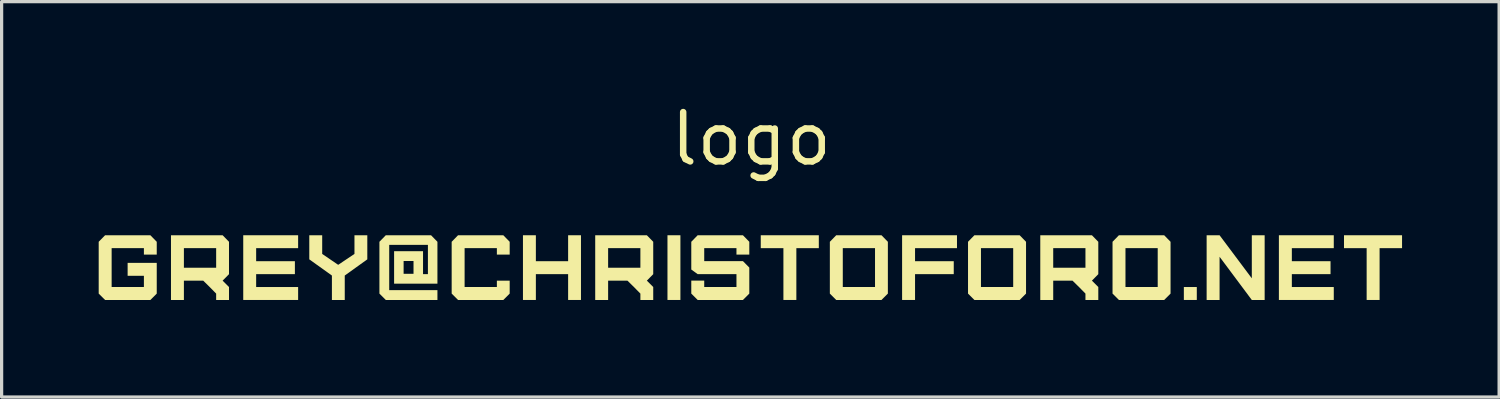
<source format=kicad_pcb>
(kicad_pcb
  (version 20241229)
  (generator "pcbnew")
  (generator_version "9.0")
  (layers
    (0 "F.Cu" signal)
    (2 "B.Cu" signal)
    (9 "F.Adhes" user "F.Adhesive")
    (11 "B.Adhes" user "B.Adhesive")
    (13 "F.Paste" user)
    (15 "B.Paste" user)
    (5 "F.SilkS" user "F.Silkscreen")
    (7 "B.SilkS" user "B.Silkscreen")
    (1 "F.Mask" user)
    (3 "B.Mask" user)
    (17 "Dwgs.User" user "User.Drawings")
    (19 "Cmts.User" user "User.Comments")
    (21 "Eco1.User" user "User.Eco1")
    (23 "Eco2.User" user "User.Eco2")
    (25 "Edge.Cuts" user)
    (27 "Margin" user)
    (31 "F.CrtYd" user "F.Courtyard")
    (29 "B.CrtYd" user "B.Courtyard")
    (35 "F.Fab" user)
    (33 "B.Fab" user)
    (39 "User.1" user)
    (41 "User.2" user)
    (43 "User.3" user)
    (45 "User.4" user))
  (footprint "logo"
    (layer "F.Cu")
    (at 20.167 5.243)
    (property "Reference" "logo" (at 0 -4 0) (layer "F.SilkS") (effects (font (size 1.524 1.524) (thickness 0.2))))
    (attr through_hole)
    (fp_poly (pts (xy -2.59 -1.023) (xy -2.59 0.977) (xy -2.19 0.977) (xy -2.19 -1.023)) (stroke (width 0.001) (type solid)) (fill yes) (layer "F.SilkS"))
    (fp_poly (pts (xy 13.368 0.577) (xy 13.368 0.977) (xy 13.768 0.977) (xy 13.768 0.577)) (stroke (width 0.001) (type solid)) (fill yes) (layer "F.SilkS"))
    (fp_poly (pts (xy 2.087 -0.624) (xy 2.087 -1.023) (xy 0.293 -1.023) (xy 0.293 -0.624) (xy 0.993 -0.624) (xy 0.993 0.977) (xy 1.393 0.977) (xy 1.393 -0.624)) (stroke (width 0.001) (type solid)) (fill yes) (layer "F.SilkS"))
    (fp_poly (pts (xy 18.317 -1.023) (xy 18.317 -0.624) (xy 19.017 -0.624) (xy 19.017 0.977) (xy 19.417 0.977) (xy 19.417 -0.624) (xy 20.111 -0.624) (xy 20.111 -1.023)) (stroke (width 0.001) (type solid)) (fill yes) (layer "F.SilkS"))
    (fp_poly (pts (xy 6.257 0.179) (xy 6.257 -0.221) (xy 5.061 -0.221) (xy 5.061 -0.624) (xy 6.357 -0.624) (xy 6.357 -1.023) (xy 4.661 -1.023) (xy 4.661 0.977) (xy 5.061 0.977) (xy 5.061 0.179)) (stroke (width 0.001) (type solid)) (fill yes) (layer "F.SilkS"))
    (fp_poly (pts (xy 14.072 0.977) (xy 14.472 0.977) (xy 14.472 -0.358) (xy 15.468 0.977) (xy 15.865 0.977) (xy 15.865 -1.023) (xy 15.468 -1.023) (xy 15.468 0.308) (xy 14.472 -1.023) (xy 14.072 -1.023)) (stroke (width 0.001) (type solid)) (fill yes) (layer "F.SilkS"))
    (fp_poly (pts (xy -15.301 0.179) (xy -14.104 0.179) (xy -14.104 -0.221) (xy -15.301 -0.221) (xy -15.301 -0.624) (xy -14.004 -0.624) (xy -14.004 -1.023) (xy -15.7 -1.023) (xy -15.7 0.977) (xy -14.004 0.977) (xy -14.004 0.577) (xy -15.301 0.577)) (stroke (width 0.001) (type solid)) (fill yes) (layer "F.SilkS"))
    (fp_poly (pts (xy -6.657 -1.023) (xy -7.056 -1.023) (xy -7.056 0.977) (xy -6.657 0.977) (xy -6.657 0.179) (xy -5.66 0.179) (xy -5.66 0.977) (xy -5.263 0.977) (xy -5.263 -1.023) (xy -5.66 -1.023) (xy -5.66 -0.221) (xy -6.657 -0.221)) (stroke (width 0.001) (type solid)) (fill yes) (layer "F.SilkS"))
    (fp_poly (pts (xy 18.001 0.977) (xy 18.001 0.577) (xy 16.705 0.577) (xy 16.705 0.179) (xy 17.901 0.179) (xy 17.901 -0.221) (xy 16.705 -0.221) (xy 16.705 -0.624) (xy 18.001 -0.624) (xy 18.001 -1.023) (xy 16.305 -1.023) (xy 16.305 0.977)) (stroke (width 0.001) (type solid)) (fill yes) (layer "F.SilkS"))
    (fp_poly (pts (xy -12.766 -0.109) (xy -13.26 -0.446) (xy -13.26 -1.023) (xy -13.659 -1.023) (xy -13.659 -0.278) (xy -12.96 0.222) (xy -12.96 0.977) (xy -12.563 0.977) (xy -12.563 0.222) (xy -11.866 -0.278) (xy -11.866 -1.023) (xy -12.263 -1.023) (xy -12.263 -0.446)) (stroke (width 0.001) (type solid)) (fill yes) (layer "F.SilkS"))
    (fp_poly (pts (xy 4.221 -0.821) (xy 4.024 -1.023) (xy 2.625 -1.023) (xy 2.828 0.577) (xy 2.828 -0.624) (xy 3.824 -0.624) (xy 3.824 0.577) (xy 2.828 0.577) (xy 2.625 -1.023) (xy 2.428 -0.821) (xy 2.428 0.78) (xy 2.625 0.977) (xy 4.024 0.977) (xy 4.221 0.78)) (stroke (width 0.001) (type solid)) (fill yes) (layer "F.SilkS"))
    (fp_poly (pts (xy 8.491 -0.821) (xy 8.294 -1.023) (xy 6.895 -1.023) (xy 6.698 -0.821) (xy 7.098 -0.624) (xy 8.094 -0.624) (xy 8.094 0.577) (xy 7.098 0.577) (xy 7.098 -0.624) (xy 6.698 -0.821) (xy 6.698 0.78) (xy 6.895 0.977) (xy 8.294 0.977) (xy 8.491 0.78)) (stroke (width 0.001) (type solid)) (fill yes) (layer "F.SilkS"))
    (fp_poly (pts (xy 12.957 -0.821) (xy 12.76 -1.023) (xy 11.361 -1.023) (xy 11.164 -0.821) (xy 11.564 -0.624) (xy 12.56 -0.624) (xy 12.56 0.577) (xy 11.564 0.577) (xy 11.564 -0.624) (xy 11.164 -0.821) (xy 11.164 0.78) (xy 11.361 0.977) (xy 12.76 0.977) (xy 12.957 0.78)) (stroke (width 0.001) (type solid)) (fill yes) (layer "F.SilkS"))
    (fp_poly (pts (xy -8.859 -0.624) (xy -7.862 -0.624) (xy -7.862 -0.424) (xy -7.466 -0.424) (xy -7.466 -0.821) (xy -7.663 -1.023) (xy -9.062 -1.023) (xy -9.259 -0.821) (xy -9.259 0.78) (xy -9.062 0.977) (xy -7.663 0.977) (xy -7.466 0.78) (xy -7.466 0.38) (xy -7.862 0.38) (xy -7.862 0.577) (xy -8.859 0.577)) (stroke (width 0.001) (type solid)) (fill yes) (layer "F.SilkS"))
    (fp_poly (pts (xy -18.373 -0.17) (xy -19.273 -0.17) (xy -19.273 0.23) (xy -18.77 0.23) (xy -18.77 0.577) (xy -19.767 0.577) (xy -19.767 -0.624) (xy -18.77 -0.624) (xy -18.77 -0.424) (xy -18.373 -0.424) (xy -18.373 -0.821) (xy -18.57 -1.023) (xy -19.969 -1.023) (xy -20.167 -0.821) (xy -20.167 0.78) (xy -19.969 0.977) (xy -18.57 0.977) (xy -18.373 0.78)) (stroke (width 0.001) (type solid)) (fill yes) (layer "F.SilkS"))
    (fp_poly (pts (xy -17.534 0.38) (xy -16.937 0.38) (xy -16.737 0.577) (xy -16.537 0.78) (xy -16.537 0.977) (xy -16.14 0.977) (xy -16.14 0.577) (xy -16.337 0.38) (xy -16.14 0.18) (xy -16.14 -0.821) (xy -16.337 -1.023) (xy -17.933 -1.023) (xy -17.933 0.977) (xy -17.534 0.977) (xy -17.534 -0.624) (xy -16.537 -0.624) (xy -16.537 -0.02) (xy -17.534 -0.02)) (stroke (width 0.001) (type solid)) (fill yes) (layer "F.SilkS"))
    (fp_poly (pts (xy -3.827 0.38) (xy -3.627 0.577) (xy -3.427 0.78) (xy -3.427 0.977) (xy -3.03 0.977) (xy -3.03 0.577) (xy -3.227 0.38) (xy -3.03 0.18) (xy -3.03 -0.821) (xy -3.227 -1.023) (xy -4.823 -1.023) (xy -4.823 0.977) (xy -4.424 0.977) (xy -4.424 -0.624) (xy -3.427 -0.624) (xy -3.427 -0.02) (xy -4.424 -0.02) (xy -4.424 -0.624) (xy -4.424 0.38) (xy -3.827 0.38)) (stroke (width 0.001) (type solid)) (fill yes) (layer "F.SilkS"))
    (fp_poly (pts (xy 10.527 -1.023) (xy 8.931 -1.023) (xy 8.931 0.977) (xy 9.331 0.977) (xy 9.331 -0.624) (xy 10.327 -0.624) (xy 10.327 -0.02) (xy 9.331 -0.02) (xy 9.331 -0.624) (xy 9.331 0.977) (xy 9.331 0.38) (xy 9.927 0.38) (xy 10.127 0.577) (xy 10.327 0.78) (xy 10.327 0.977) (xy 10.724 0.977) (xy 10.724 0.577) (xy 10.527 0.38) (xy 10.724 0.18) (xy 10.724 -0.821)) (stroke (width 0.001) (type solid)) (fill yes) (layer "F.SilkS"))
    (fp_poly (pts (xy -0.061 -0.024) (xy -0.258 -0.224) (xy -1.454 -0.224) (xy -1.454 -0.624) (xy -0.458 -0.624) (xy -0.458 -0.424) (xy -0.061 -0.424) (xy -0.061 -0.821) (xy -0.258 -1.023) (xy -1.657 -1.023) (xy -1.854 -0.821) (xy -1.854 0.036) (xy -1.657 0.179) (xy -0.458 0.179) (xy -0.458 0.577) (xy -1.454 0.577) (xy -1.454 0.379) (xy -1.854 0.379) (xy -1.854 0.78) (xy -1.657 0.977) (xy -0.258 0.977) (xy -0.061 0.78)) (stroke (width 0.001) (type solid)) (fill yes) (layer "F.SilkS"))
    (fp_poly (pts (xy -9.699 0.674) (xy -11.189 0.674) (xy -11.189 -0.726) (xy -9.993 -0.726) (xy -9.993 0.179) (xy -10.144 0.179) (xy -10.144 -0.53) (xy -11.038 -0.53) (xy -11.038 0.473) (xy -10.744 0.168) (xy -10.744 -0.227) (xy -10.438 -0.227) (xy -10.438 0.168) (xy -10.744 0.168) (xy -11.038 0.473) (xy -9.699 0.473) (xy -9.699 -0.821) (xy -9.896 -1.023) (xy -11.295 -1.023) (xy -11.492 -0.821) (xy -11.492 0.78) (xy -11.295 0.977) (xy -9.699 0.977)) (stroke (width 0.001) (type solid)) (fill yes) (layer "F.SilkS")))
  (gr_rect
    (start -3 -3)
    (end 43.278 9.22)
    (stroke (width 0.1) (type default))
    (fill no)
    (layer "Edge.Cuts")))
</source>
